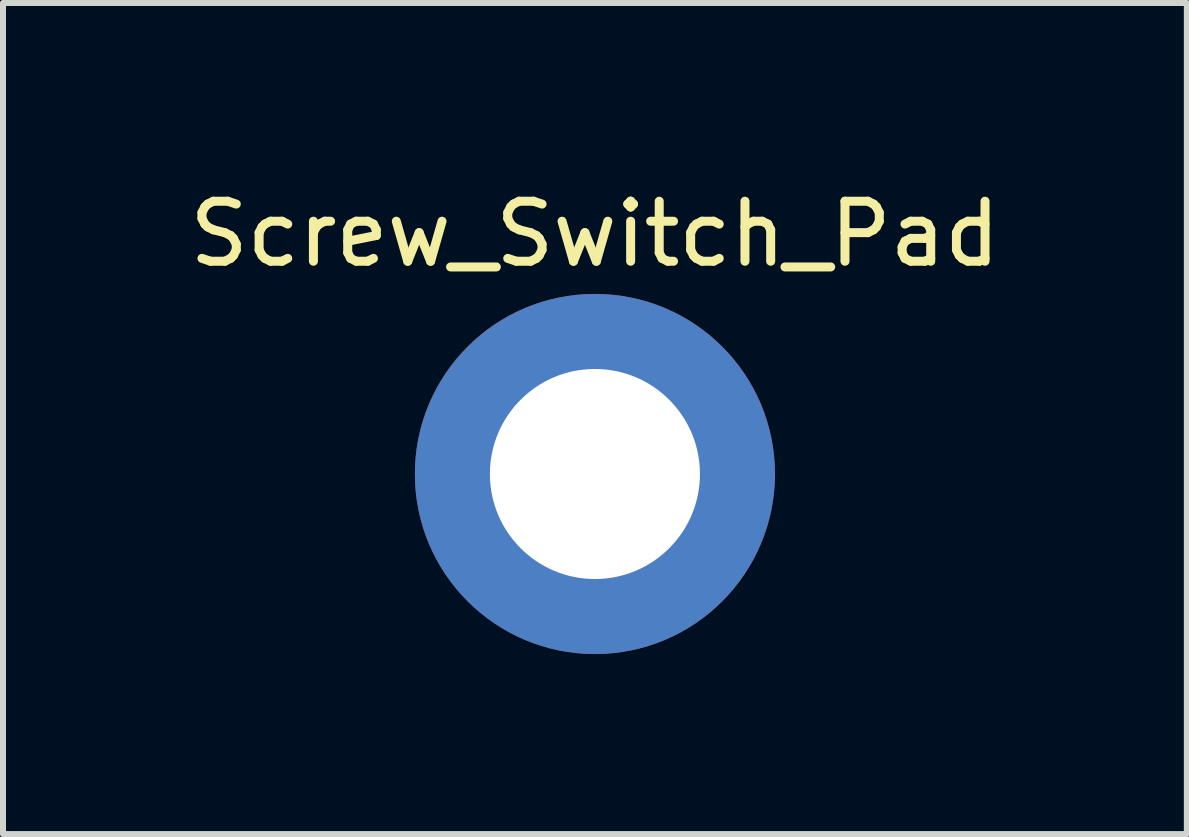
<source format=kicad_pcb>
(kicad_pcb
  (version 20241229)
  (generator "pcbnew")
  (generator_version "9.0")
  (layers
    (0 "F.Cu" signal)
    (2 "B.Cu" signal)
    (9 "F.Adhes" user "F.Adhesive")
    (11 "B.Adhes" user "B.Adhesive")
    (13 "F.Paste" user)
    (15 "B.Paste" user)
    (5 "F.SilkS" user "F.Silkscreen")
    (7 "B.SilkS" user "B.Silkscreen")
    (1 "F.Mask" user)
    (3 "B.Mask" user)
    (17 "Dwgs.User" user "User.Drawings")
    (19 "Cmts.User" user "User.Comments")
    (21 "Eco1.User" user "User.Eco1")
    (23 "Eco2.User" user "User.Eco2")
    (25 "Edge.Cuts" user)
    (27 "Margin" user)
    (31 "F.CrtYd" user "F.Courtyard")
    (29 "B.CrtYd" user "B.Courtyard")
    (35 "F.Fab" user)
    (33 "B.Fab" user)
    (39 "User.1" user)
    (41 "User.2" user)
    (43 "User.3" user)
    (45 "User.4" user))
  (footprint "Screw_Switch_Pad"
    (layer "F.Cu")
    (at 6.863 4.848)
    (property "Reference" "Screw_Switch_Pad" (at 0 -4 0) (unlocked yes) (layer "F.SilkS") (effects (font (size 1 1) (thickness 0.15))))
    (pad "" np_thru_hole circle (at 0 0) (size 3.6 3.6) (drill 3.5) (layers "*.Cu" "*.Mask"))
    (pad "1" connect circle (at 0 0) (size 6 6) (layers "F.Cu" "F.Mask"))
    (pad "2" connect circle (at 0 0) (size 6 6) (layers "B.Cu" "B.Mask")))
  (gr_rect
    (start -3 -3)
    (end 16.726 10.848)
    (stroke (width 0.1) (type default))
    (fill no)
    (layer "Edge.Cuts")))
</source>
